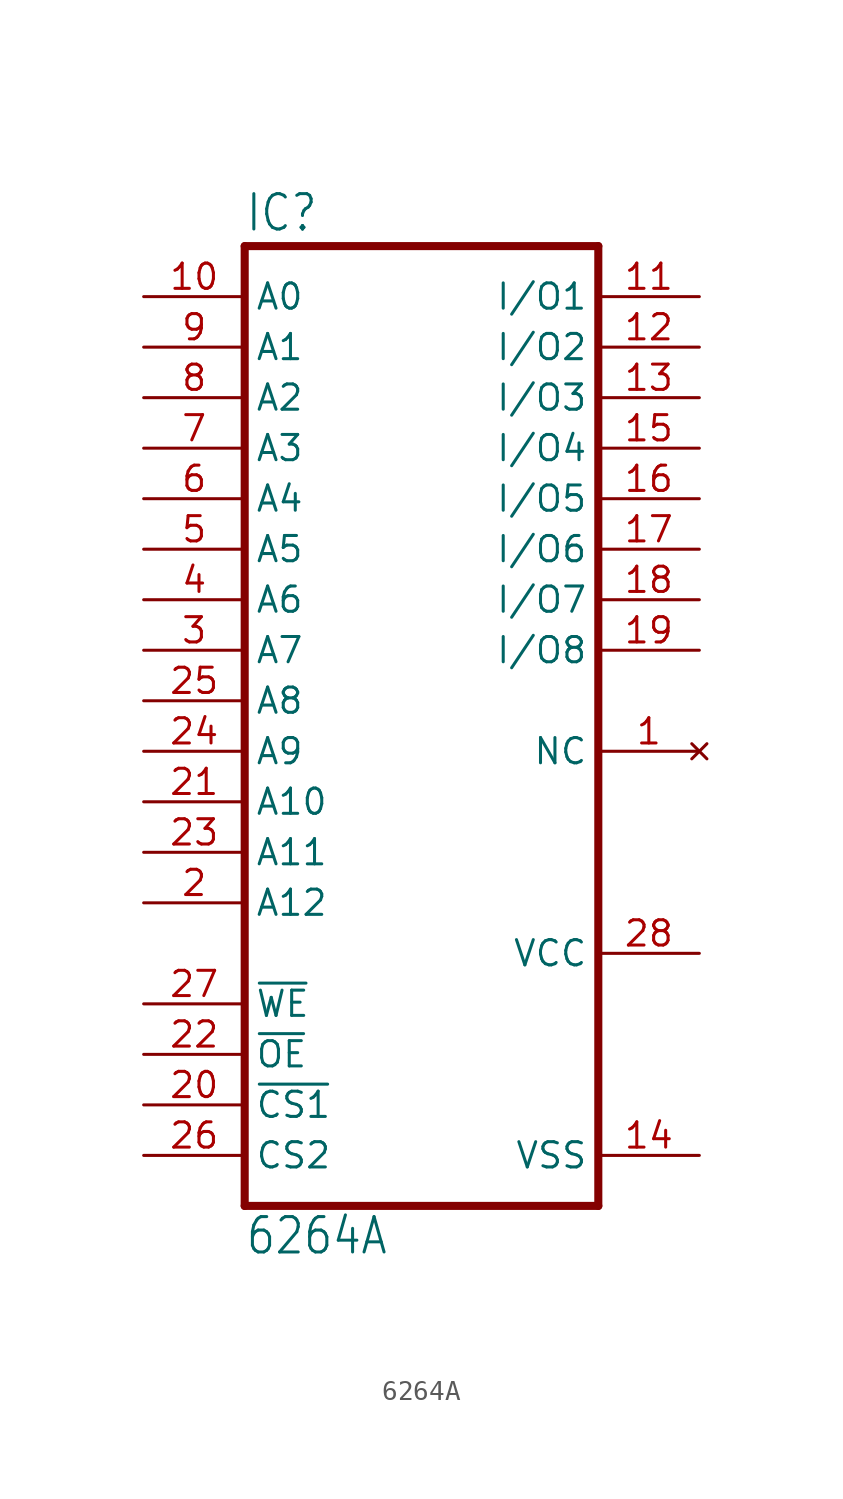
<source format=kicad_sym>
(kicad_symbol_lib
  (version 20211014)
  (generator kicad_symbol_editor)
  (symbol "6264A"
    (property "Reference" "IC"
      (at -10.16 23.495 0)
      (effects (font (size 1.778 1.511)) (justify left bottom)))
    (property "Value" "6264A"
      (at -10.16 -27.94 0)
      (effects (font (size 1.778 1.511)) (justify left bottom)))
    (property "ki_locked" ""
      (at 0 0 0)
      (effects (font (size 1.27 1.27))))
    (symbol "6264A_1_0"
      (polyline (pts (xy -10.16 -25.4) (xy -10.16 22.86)) (stroke (width 0.406) (type default) (color 0 0 0 0)) (fill (type none)))
      (polyline (pts (xy -10.16 -25.4) (xy 7.62 -25.4)) (stroke (width 0.406) (type default) (color 0 0 0 0)) (fill (type none)))
      (polyline (pts (xy 7.62 22.86) (xy -10.16 22.86)) (stroke (width 0.406) (type default) (color 0 0 0 0)) (fill (type none)))
      (polyline (pts (xy 7.62 22.86) (xy 7.62 -25.4)) (stroke (width 0.406) (type default) (color 0 0 0 0)) (fill (type none)))
      (pin no_connect line (at 12.7 -2.54 180) (length 5.08) (name "NC" (effects (font (size 1.27 1.27)))) (number "1" (effects (font (size 1.27 1.27)))))
      (pin input line (at -15.24 20.32 0) (length 5.08) (name "A0" (effects (font (size 1.27 1.27)))) (number "10" (effects (font (size 1.27 1.27)))))
      (pin bidirectional line (at 12.7 20.32 180) (length 5.08) (name "I/O1" (effects (font (size 1.27 1.27)))) (number "11" (effects (font (size 1.27 1.27)))))
      (pin bidirectional line (at 12.7 17.78 180) (length 5.08) (name "I/O2" (effects (font (size 1.27 1.27)))) (number "12" (effects (font (size 1.27 1.27)))))
      (pin bidirectional line (at 12.7 15.24 180) (length 5.08) (name "I/O3" (effects (font (size 1.27 1.27)))) (number "13" (effects (font (size 1.27 1.27)))))
      (pin power_in line (at 12.7 -22.86 180) (length 5.08) (name "VSS" (effects (font (size 1.27 1.27)))) (number "14" (effects (font (size 1.27 1.27)))))
      (pin bidirectional line (at 12.7 12.7 180) (length 5.08) (name "I/O4" (effects (font (size 1.27 1.27)))) (number "15" (effects (font (size 1.27 1.27)))))
      (pin bidirectional line (at 12.7 10.16 180) (length 5.08) (name "I/O5" (effects (font (size 1.27 1.27)))) (number "16" (effects (font (size 1.27 1.27)))))
      (pin bidirectional line (at 12.7 7.62 180) (length 5.08) (name "I/O6" (effects (font (size 1.27 1.27)))) (number "17" (effects (font (size 1.27 1.27)))))
      (pin bidirectional line (at 12.7 5.08 180) (length 5.08) (name "I/O7" (effects (font (size 1.27 1.27)))) (number "18" (effects (font (size 1.27 1.27)))))
      (pin bidirectional line (at 12.7 2.54 180) (length 5.08) (name "I/O8" (effects (font (size 1.27 1.27)))) (number "19" (effects (font (size 1.27 1.27)))))
      (pin input line (at -15.24 -10.16 0) (length 5.08) (name "A12" (effects (font (size 1.27 1.27)))) (number "2" (effects (font (size 1.27 1.27)))))
      (pin input line (at -15.24 -20.32 0) (length 5.08) (name "~{CS1}" (effects (font (size 1.27 1.27)))) (number "20" (effects (font (size 1.27 1.27)))))
      (pin input line (at -15.24 -5.08 0) (length 5.08) (name "A10" (effects (font (size 1.27 1.27)))) (number "21" (effects (font (size 1.27 1.27)))))
      (pin input line (at -15.24 -17.78 0) (length 5.08) (name "~{OE}" (effects (font (size 1.27 1.27)))) (number "22" (effects (font (size 1.27 1.27)))))
      (pin input line (at -15.24 -7.62 0) (length 5.08) (name "A11" (effects (font (size 1.27 1.27)))) (number "23" (effects (font (size 1.27 1.27)))))
      (pin input line (at -15.24 -2.54 0) (length 5.08) (name "A9" (effects (font (size 1.27 1.27)))) (number "24" (effects (font (size 1.27 1.27)))))
      (pin input line (at -15.24 0 0) (length 5.08) (name "A8" (effects (font (size 1.27 1.27)))) (number "25" (effects (font (size 1.27 1.27)))))
      (pin input line (at -15.24 -22.86 0) (length 5.08) (name "CS2" (effects (font (size 1.27 1.27)))) (number "26" (effects (font (size 1.27 1.27)))))
      (pin input line (at -15.24 -15.24 0) (length 5.08) (name "~{WE}" (effects (font (size 1.27 1.27)))) (number "27" (effects (font (size 1.27 1.27)))))
      (pin power_in line (at 12.7 -12.7 180) (length 5.08) (name "VCC" (effects (font (size 1.27 1.27)))) (number "28" (effects (font (size 1.27 1.27)))))
      (pin input line (at -15.24 2.54 0) (length 5.08) (name "A7" (effects (font (size 1.27 1.27)))) (number "3" (effects (font (size 1.27 1.27)))))
      (pin input line (at -15.24 5.08 0) (length 5.08) (name "A6" (effects (font (size 1.27 1.27)))) (number "4" (effects (font (size 1.27 1.27)))))
      (pin input line (at -15.24 7.62 0) (length 5.08) (name "A5" (effects (font (size 1.27 1.27)))) (number "5" (effects (font (size 1.27 1.27)))))
      (pin input line (at -15.24 10.16 0) (length 5.08) (name "A4" (effects (font (size 1.27 1.27)))) (number "6" (effects (font (size 1.27 1.27)))))
      (pin input line (at -15.24 12.7 0) (length 5.08) (name "A3" (effects (font (size 1.27 1.27)))) (number "7" (effects (font (size 1.27 1.27)))))
      (pin input line (at -15.24 15.24 0) (length 5.08) (name "A2" (effects (font (size 1.27 1.27)))) (number "8" (effects (font (size 1.27 1.27)))))
      (pin input line (at -15.24 17.78 0) (length 5.08) (name "A1" (effects (font (size 1.27 1.27)))) (number "9" (effects (font (size 1.27 1.27))))))))
</source>
